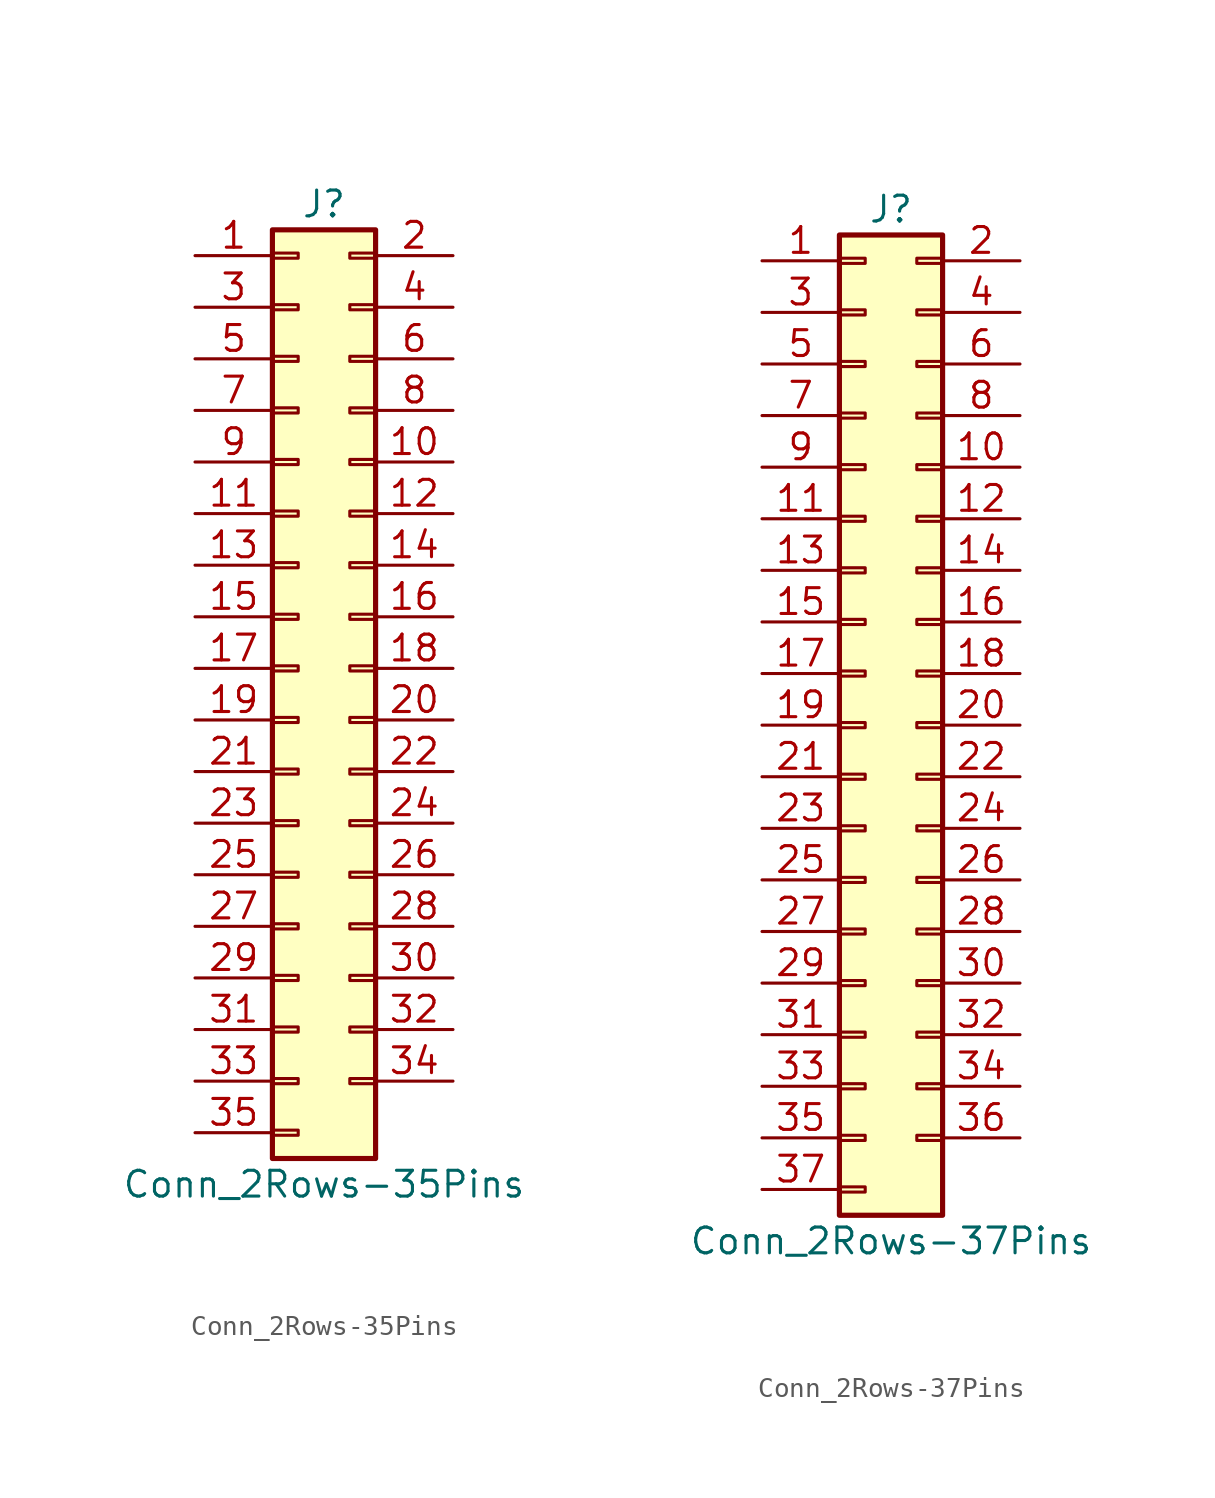
<source format=kicad_sym>
(kicad_symbol_lib
  (version 20201005)
  (generator kicad_symbol_editor)
  (symbol "Conn_2Rows-35Pins"
    (pin_names
      (offset 1.016) hide)
    (property "Reference" "J"
      (at 1.27 22.86 0)
      (effects (font (size 1.27 1.27))))
    (property "Value" "Conn_2Rows-35Pins"
      (at 1.27 -25.4 0)
      (effects (font (size 1.27 1.27))))
    (symbol "Conn_2Rows-35Pins_1_1"
      (rectangle (start -1.27 -22.733) (end 0 -22.987) (stroke (width 0.152)) (fill (type none)))
      (rectangle (start -1.27 -20.193) (end 0 -20.447) (stroke (width 0.152)) (fill (type none)))
      (rectangle (start -1.27 -17.653) (end 0 -17.907) (stroke (width 0.152)) (fill (type none)))
      (rectangle (start -1.27 -15.113) (end 0 -15.367) (stroke (width 0.152)) (fill (type none)))
      (rectangle (start -1.27 -12.573) (end 0 -12.827) (stroke (width 0.152)) (fill (type none)))
      (rectangle (start -1.27 -10.033) (end 0 -10.287) (stroke (width 0.152)) (fill (type none)))
      (rectangle (start -1.27 -7.493) (end 0 -7.747) (stroke (width 0.152)) (fill (type none)))
      (rectangle (start -1.27 -4.953) (end 0 -5.207) (stroke (width 0.152)) (fill (type none)))
      (rectangle (start -1.27 -2.413) (end 0 -2.667) (stroke (width 0.152)) (fill (type none)))
      (rectangle (start -1.27 0.127) (end 0 -0.127) (stroke (width 0.152)) (fill (type none)))
      (rectangle (start -1.27 2.667) (end 0 2.413) (stroke (width 0.152)) (fill (type none)))
      (rectangle (start -1.27 5.207) (end 0 4.953) (stroke (width 0.152)) (fill (type none)))
      (rectangle (start -1.27 7.747) (end 0 7.493) (stroke (width 0.152)) (fill (type none)))
      (rectangle (start -1.27 10.287) (end 0 10.033) (stroke (width 0.152)) (fill (type none)))
      (rectangle (start -1.27 12.827) (end 0 12.573) (stroke (width 0.152)) (fill (type none)))
      (rectangle (start -1.27 15.367) (end 0 15.113) (stroke (width 0.152)) (fill (type none)))
      (rectangle (start -1.27 17.907) (end 0 17.653) (stroke (width 0.152)) (fill (type none)))
      (rectangle (start -1.27 20.447) (end 0 20.193) (stroke (width 0.152)) (fill (type none)))
      (rectangle (start 3.81 -20.193) (end 2.54 -20.447) (stroke (width 0.152)) (fill (type none)))
      (rectangle (start 3.81 -17.653) (end 2.54 -17.907) (stroke (width 0.152)) (fill (type none)))
      (rectangle (start 3.81 -15.113) (end 2.54 -15.367) (stroke (width 0.152)) (fill (type none)))
      (rectangle (start 3.81 -12.573) (end 2.54 -12.827) (stroke (width 0.152)) (fill (type none)))
      (rectangle (start 3.81 -10.033) (end 2.54 -10.287) (stroke (width 0.152)) (fill (type none)))
      (rectangle (start 3.81 -7.493) (end 2.54 -7.747) (stroke (width 0.152)) (fill (type none)))
      (rectangle (start 3.81 -4.953) (end 2.54 -5.207) (stroke (width 0.152)) (fill (type none)))
      (rectangle (start 3.81 -2.413) (end 2.54 -2.667) (stroke (width 0.152)) (fill (type none)))
      (rectangle (start 3.81 0.127) (end 2.54 -0.127) (stroke (width 0.152)) (fill (type none)))
      (rectangle (start 3.81 2.667) (end 2.54 2.413) (stroke (width 0.152)) (fill (type none)))
      (rectangle (start 3.81 5.207) (end 2.54 4.953) (stroke (width 0.152)) (fill (type none)))
      (rectangle (start 3.81 7.747) (end 2.54 7.493) (stroke (width 0.152)) (fill (type none)))
      (rectangle (start 3.81 10.287) (end 2.54 10.033) (stroke (width 0.152)) (fill (type none)))
      (rectangle (start 3.81 12.827) (end 2.54 12.573) (stroke (width 0.152)) (fill (type none)))
      (rectangle (start 3.81 15.367) (end 2.54 15.113) (stroke (width 0.152)) (fill (type none)))
      (rectangle (start 3.81 17.907) (end 2.54 17.653) (stroke (width 0.152)) (fill (type none)))
      (rectangle (start 3.81 20.447) (end 2.54 20.193) (stroke (width 0.152)) (fill (type none)))
      (rectangle (start -1.27 21.59) (end 3.81 -24.13) (stroke (width 0.254)) (fill (type background)))
      (pin passive line (at -5.08 20.32 0) (length 3.81) (name "Pin_1" (effects (font (size 1.27 1.27)))) (number "1" (effects (font (size 1.27 1.27)))))
      (pin passive line (at 7.62 10.16 180) (length 3.81) (name "Pin_10" (effects (font (size 1.27 1.27)))) (number "10" (effects (font (size 1.27 1.27)))))
      (pin passive line (at -5.08 7.62 0) (length 3.81) (name "Pin_11" (effects (font (size 1.27 1.27)))) (number "11" (effects (font (size 1.27 1.27)))))
      (pin passive line (at 7.62 7.62 180) (length 3.81) (name "Pin_12" (effects (font (size 1.27 1.27)))) (number "12" (effects (font (size 1.27 1.27)))))
      (pin passive line (at -5.08 5.08 0) (length 3.81) (name "Pin_13" (effects (font (size 1.27 1.27)))) (number "13" (effects (font (size 1.27 1.27)))))
      (pin passive line (at 7.62 5.08 180) (length 3.81) (name "Pin_14" (effects (font (size 1.27 1.27)))) (number "14" (effects (font (size 1.27 1.27)))))
      (pin passive line (at -5.08 2.54 0) (length 3.81) (name "Pin_15" (effects (font (size 1.27 1.27)))) (number "15" (effects (font (size 1.27 1.27)))))
      (pin passive line (at 7.62 2.54 180) (length 3.81) (name "Pin_16" (effects (font (size 1.27 1.27)))) (number "16" (effects (font (size 1.27 1.27)))))
      (pin passive line (at -5.08 0 0) (length 3.81) (name "Pin_17" (effects (font (size 1.27 1.27)))) (number "17" (effects (font (size 1.27 1.27)))))
      (pin passive line (at 7.62 0 180) (length 3.81) (name "Pin_18" (effects (font (size 1.27 1.27)))) (number "18" (effects (font (size 1.27 1.27)))))
      (pin passive line (at -5.08 -2.54 0) (length 3.81) (name "Pin_19" (effects (font (size 1.27 1.27)))) (number "19" (effects (font (size 1.27 1.27)))))
      (pin passive line (at 7.62 20.32 180) (length 3.81) (name "Pin_2" (effects (font (size 1.27 1.27)))) (number "2" (effects (font (size 1.27 1.27)))))
      (pin passive line (at 7.62 -2.54 180) (length 3.81) (name "Pin_20" (effects (font (size 1.27 1.27)))) (number "20" (effects (font (size 1.27 1.27)))))
      (pin passive line (at -5.08 -5.08 0) (length 3.81) (name "Pin_21" (effects (font (size 1.27 1.27)))) (number "21" (effects (font (size 1.27 1.27)))))
      (pin passive line (at 7.62 -5.08 180) (length 3.81) (name "Pin_22" (effects (font (size 1.27 1.27)))) (number "22" (effects (font (size 1.27 1.27)))))
      (pin passive line (at -5.08 -7.62 0) (length 3.81) (name "Pin_23" (effects (font (size 1.27 1.27)))) (number "23" (effects (font (size 1.27 1.27)))))
      (pin passive line (at 7.62 -7.62 180) (length 3.81) (name "Pin_24" (effects (font (size 1.27 1.27)))) (number "24" (effects (font (size 1.27 1.27)))))
      (pin passive line (at -5.08 -10.16 0) (length 3.81) (name "Pin_25" (effects (font (size 1.27 1.27)))) (number "25" (effects (font (size 1.27 1.27)))))
      (pin passive line (at 7.62 -10.16 180) (length 3.81) (name "Pin_26" (effects (font (size 1.27 1.27)))) (number "26" (effects (font (size 1.27 1.27)))))
      (pin passive line (at -5.08 -12.7 0) (length 3.81) (name "Pin_27" (effects (font (size 1.27 1.27)))) (number "27" (effects (font (size 1.27 1.27)))))
      (pin passive line (at 7.62 -12.7 180) (length 3.81) (name "Pin_28" (effects (font (size 1.27 1.27)))) (number "28" (effects (font (size 1.27 1.27)))))
      (pin passive line (at -5.08 -15.24 0) (length 3.81) (name "Pin_29" (effects (font (size 1.27 1.27)))) (number "29" (effects (font (size 1.27 1.27)))))
      (pin passive line (at -5.08 17.78 0) (length 3.81) (name "Pin_3" (effects (font (size 1.27 1.27)))) (number "3" (effects (font (size 1.27 1.27)))))
      (pin passive line (at 7.62 -15.24 180) (length 3.81) (name "Pin_30" (effects (font (size 1.27 1.27)))) (number "30" (effects (font (size 1.27 1.27)))))
      (pin passive line (at -5.08 -17.78 0) (length 3.81) (name "Pin_31" (effects (font (size 1.27 1.27)))) (number "31" (effects (font (size 1.27 1.27)))))
      (pin passive line (at 7.62 -17.78 180) (length 3.81) (name "Pin_32" (effects (font (size 1.27 1.27)))) (number "32" (effects (font (size 1.27 1.27)))))
      (pin passive line (at -5.08 -20.32 0) (length 3.81) (name "Pin_33" (effects (font (size 1.27 1.27)))) (number "33" (effects (font (size 1.27 1.27)))))
      (pin passive line (at 7.62 -20.32 180) (length 3.81) (name "Pin_34" (effects (font (size 1.27 1.27)))) (number "34" (effects (font (size 1.27 1.27)))))
      (pin passive line (at -5.08 -22.86 0) (length 3.81) (name "Pin_35" (effects (font (size 1.27 1.27)))) (number "35" (effects (font (size 1.27 1.27)))))
      (pin passive line (at 7.62 17.78 180) (length 3.81) (name "Pin_4" (effects (font (size 1.27 1.27)))) (number "4" (effects (font (size 1.27 1.27)))))
      (pin passive line (at -5.08 15.24 0) (length 3.81) (name "Pin_5" (effects (font (size 1.27 1.27)))) (number "5" (effects (font (size 1.27 1.27)))))
      (pin passive line (at 7.62 15.24 180) (length 3.81) (name "Pin_6" (effects (font (size 1.27 1.27)))) (number "6" (effects (font (size 1.27 1.27)))))
      (pin passive line (at -5.08 12.7 0) (length 3.81) (name "Pin_7" (effects (font (size 1.27 1.27)))) (number "7" (effects (font (size 1.27 1.27)))))
      (pin passive line (at 7.62 12.7 180) (length 3.81) (name "Pin_8" (effects (font (size 1.27 1.27)))) (number "8" (effects (font (size 1.27 1.27)))))
      (pin passive line (at -5.08 10.16 0) (length 3.81) (name "Pin_9" (effects (font (size 1.27 1.27)))) (number "9" (effects (font (size 1.27 1.27)))))))
  (symbol "Conn_2Rows-37Pins"
    (pin_names
      (offset 1.016) hide)
    (property "Reference" "J"
      (at 1.27 25.4 0)
      (effects (font (size 1.27 1.27))))
    (property "Value" "Conn_2Rows-37Pins"
      (at 1.27 -25.4 0)
      (effects (font (size 1.27 1.27))))
    (symbol "Conn_2Rows-37Pins_1_1"
      (rectangle (start -1.27 -22.733) (end 0 -22.987) (stroke (width 0.152)) (fill (type none)))
      (rectangle (start -1.27 -20.193) (end 0 -20.447) (stroke (width 0.152)) (fill (type none)))
      (rectangle (start -1.27 -17.653) (end 0 -17.907) (stroke (width 0.152)) (fill (type none)))
      (rectangle (start -1.27 -15.113) (end 0 -15.367) (stroke (width 0.152)) (fill (type none)))
      (rectangle (start -1.27 -12.573) (end 0 -12.827) (stroke (width 0.152)) (fill (type none)))
      (rectangle (start -1.27 -10.033) (end 0 -10.287) (stroke (width 0.152)) (fill (type none)))
      (rectangle (start -1.27 -7.493) (end 0 -7.747) (stroke (width 0.152)) (fill (type none)))
      (rectangle (start -1.27 -4.953) (end 0 -5.207) (stroke (width 0.152)) (fill (type none)))
      (rectangle (start -1.27 -2.413) (end 0 -2.667) (stroke (width 0.152)) (fill (type none)))
      (rectangle (start -1.27 0.127) (end 0 -0.127) (stroke (width 0.152)) (fill (type none)))
      (rectangle (start -1.27 2.667) (end 0 2.413) (stroke (width 0.152)) (fill (type none)))
      (rectangle (start -1.27 5.207) (end 0 4.953) (stroke (width 0.152)) (fill (type none)))
      (rectangle (start -1.27 7.747) (end 0 7.493) (stroke (width 0.152)) (fill (type none)))
      (rectangle (start -1.27 10.287) (end 0 10.033) (stroke (width 0.152)) (fill (type none)))
      (rectangle (start -1.27 12.827) (end 0 12.573) (stroke (width 0.152)) (fill (type none)))
      (rectangle (start -1.27 15.367) (end 0 15.113) (stroke (width 0.152)) (fill (type none)))
      (rectangle (start -1.27 17.907) (end 0 17.653) (stroke (width 0.152)) (fill (type none)))
      (rectangle (start -1.27 20.447) (end 0 20.193) (stroke (width 0.152)) (fill (type none)))
      (rectangle (start -1.27 22.987) (end 0 22.733) (stroke (width 0.152)) (fill (type none)))
      (rectangle (start 3.81 -20.193) (end 2.54 -20.447) (stroke (width 0.152)) (fill (type none)))
      (rectangle (start 3.81 -17.653) (end 2.54 -17.907) (stroke (width 0.152)) (fill (type none)))
      (rectangle (start 3.81 -15.113) (end 2.54 -15.367) (stroke (width 0.152)) (fill (type none)))
      (rectangle (start 3.81 -12.573) (end 2.54 -12.827) (stroke (width 0.152)) (fill (type none)))
      (rectangle (start 3.81 -10.033) (end 2.54 -10.287) (stroke (width 0.152)) (fill (type none)))
      (rectangle (start 3.81 -7.493) (end 2.54 -7.747) (stroke (width 0.152)) (fill (type none)))
      (rectangle (start 3.81 -4.953) (end 2.54 -5.207) (stroke (width 0.152)) (fill (type none)))
      (rectangle (start 3.81 -2.413) (end 2.54 -2.667) (stroke (width 0.152)) (fill (type none)))
      (rectangle (start 3.81 0.127) (end 2.54 -0.127) (stroke (width 0.152)) (fill (type none)))
      (rectangle (start 3.81 2.667) (end 2.54 2.413) (stroke (width 0.152)) (fill (type none)))
      (rectangle (start 3.81 5.207) (end 2.54 4.953) (stroke (width 0.152)) (fill (type none)))
      (rectangle (start 3.81 7.747) (end 2.54 7.493) (stroke (width 0.152)) (fill (type none)))
      (rectangle (start 3.81 10.287) (end 2.54 10.033) (stroke (width 0.152)) (fill (type none)))
      (rectangle (start 3.81 12.827) (end 2.54 12.573) (stroke (width 0.152)) (fill (type none)))
      (rectangle (start 3.81 15.367) (end 2.54 15.113) (stroke (width 0.152)) (fill (type none)))
      (rectangle (start 3.81 17.907) (end 2.54 17.653) (stroke (width 0.152)) (fill (type none)))
      (rectangle (start 3.81 20.447) (end 2.54 20.193) (stroke (width 0.152)) (fill (type none)))
      (rectangle (start 3.81 22.987) (end 2.54 22.733) (stroke (width 0.152)) (fill (type none)))
      (rectangle (start -1.27 24.13) (end 3.81 -24.13) (stroke (width 0.254)) (fill (type background)))
      (pin passive line (at -5.08 22.86 0) (length 3.81) (name "Pin_1" (effects (font (size 1.27 1.27)))) (number "1" (effects (font (size 1.27 1.27)))))
      (pin passive line (at 7.62 12.7 180) (length 3.81) (name "Pin_10" (effects (font (size 1.27 1.27)))) (number "10" (effects (font (size 1.27 1.27)))))
      (pin passive line (at -5.08 10.16 0) (length 3.81) (name "Pin_11" (effects (font (size 1.27 1.27)))) (number "11" (effects (font (size 1.27 1.27)))))
      (pin passive line (at 7.62 10.16 180) (length 3.81) (name "Pin_12" (effects (font (size 1.27 1.27)))) (number "12" (effects (font (size 1.27 1.27)))))
      (pin passive line (at -5.08 7.62 0) (length 3.81) (name "Pin_13" (effects (font (size 1.27 1.27)))) (number "13" (effects (font (size 1.27 1.27)))))
      (pin passive line (at 7.62 7.62 180) (length 3.81) (name "Pin_14" (effects (font (size 1.27 1.27)))) (number "14" (effects (font (size 1.27 1.27)))))
      (pin passive line (at -5.08 5.08 0) (length 3.81) (name "Pin_15" (effects (font (size 1.27 1.27)))) (number "15" (effects (font (size 1.27 1.27)))))
      (pin passive line (at 7.62 5.08 180) (length 3.81) (name "Pin_16" (effects (font (size 1.27 1.27)))) (number "16" (effects (font (size 1.27 1.27)))))
      (pin passive line (at -5.08 2.54 0) (length 3.81) (name "Pin_17" (effects (font (size 1.27 1.27)))) (number "17" (effects (font (size 1.27 1.27)))))
      (pin passive line (at 7.62 2.54 180) (length 3.81) (name "Pin_18" (effects (font (size 1.27 1.27)))) (number "18" (effects (font (size 1.27 1.27)))))
      (pin passive line (at -5.08 0 0) (length 3.81) (name "Pin_19" (effects (font (size 1.27 1.27)))) (number "19" (effects (font (size 1.27 1.27)))))
      (pin passive line (at 7.62 22.86 180) (length 3.81) (name "Pin_2" (effects (font (size 1.27 1.27)))) (number "2" (effects (font (size 1.27 1.27)))))
      (pin passive line (at 7.62 0 180) (length 3.81) (name "Pin_20" (effects (font (size 1.27 1.27)))) (number "20" (effects (font (size 1.27 1.27)))))
      (pin passive line (at -5.08 -2.54 0) (length 3.81) (name "Pin_21" (effects (font (size 1.27 1.27)))) (number "21" (effects (font (size 1.27 1.27)))))
      (pin passive line (at 7.62 -2.54 180) (length 3.81) (name "Pin_22" (effects (font (size 1.27 1.27)))) (number "22" (effects (font (size 1.27 1.27)))))
      (pin passive line (at -5.08 -5.08 0) (length 3.81) (name "Pin_23" (effects (font (size 1.27 1.27)))) (number "23" (effects (font (size 1.27 1.27)))))
      (pin passive line (at 7.62 -5.08 180) (length 3.81) (name "Pin_24" (effects (font (size 1.27 1.27)))) (number "24" (effects (font (size 1.27 1.27)))))
      (pin passive line (at -5.08 -7.62 0) (length 3.81) (name "Pin_25" (effects (font (size 1.27 1.27)))) (number "25" (effects (font (size 1.27 1.27)))))
      (pin passive line (at 7.62 -7.62 180) (length 3.81) (name "Pin_26" (effects (font (size 1.27 1.27)))) (number "26" (effects (font (size 1.27 1.27)))))
      (pin passive line (at -5.08 -10.16 0) (length 3.81) (name "Pin_27" (effects (font (size 1.27 1.27)))) (number "27" (effects (font (size 1.27 1.27)))))
      (pin passive line (at 7.62 -10.16 180) (length 3.81) (name "Pin_28" (effects (font (size 1.27 1.27)))) (number "28" (effects (font (size 1.27 1.27)))))
      (pin passive line (at -5.08 -12.7 0) (length 3.81) (name "Pin_29" (effects (font (size 1.27 1.27)))) (number "29" (effects (font (size 1.27 1.27)))))
      (pin passive line (at -5.08 20.32 0) (length 3.81) (name "Pin_3" (effects (font (size 1.27 1.27)))) (number "3" (effects (font (size 1.27 1.27)))))
      (pin passive line (at 7.62 -12.7 180) (length 3.81) (name "Pin_30" (effects (font (size 1.27 1.27)))) (number "30" (effects (font (size 1.27 1.27)))))
      (pin passive line (at -5.08 -15.24 0) (length 3.81) (name "Pin_31" (effects (font (size 1.27 1.27)))) (number "31" (effects (font (size 1.27 1.27)))))
      (pin passive line (at 7.62 -15.24 180) (length 3.81) (name "Pin_32" (effects (font (size 1.27 1.27)))) (number "32" (effects (font (size 1.27 1.27)))))
      (pin passive line (at -5.08 -17.78 0) (length 3.81) (name "Pin_33" (effects (font (size 1.27 1.27)))) (number "33" (effects (font (size 1.27 1.27)))))
      (pin passive line (at 7.62 -17.78 180) (length 3.81) (name "Pin_34" (effects (font (size 1.27 1.27)))) (number "34" (effects (font (size 1.27 1.27)))))
      (pin passive line (at -5.08 -20.32 0) (length 3.81) (name "Pin_35" (effects (font (size 1.27 1.27)))) (number "35" (effects (font (size 1.27 1.27)))))
      (pin passive line (at 7.62 -20.32 180) (length 3.81) (name "Pin_36" (effects (font (size 1.27 1.27)))) (number "36" (effects (font (size 1.27 1.27)))))
      (pin passive line (at -5.08 -22.86 0) (length 3.81) (name "Pin_37" (effects (font (size 1.27 1.27)))) (number "37" (effects (font (size 1.27 1.27)))))
      (pin passive line (at 7.62 20.32 180) (length 3.81) (name "Pin_4" (effects (font (size 1.27 1.27)))) (number "4" (effects (font (size 1.27 1.27)))))
      (pin passive line (at -5.08 17.78 0) (length 3.81) (name "Pin_5" (effects (font (size 1.27 1.27)))) (number "5" (effects (font (size 1.27 1.27)))))
      (pin passive line (at 7.62 17.78 180) (length 3.81) (name "Pin_6" (effects (font (size 1.27 1.27)))) (number "6" (effects (font (size 1.27 1.27)))))
      (pin passive line (at -5.08 15.24 0) (length 3.81) (name "Pin_7" (effects (font (size 1.27 1.27)))) (number "7" (effects (font (size 1.27 1.27)))))
      (pin passive line (at 7.62 15.24 180) (length 3.81) (name "Pin_8" (effects (font (size 1.27 1.27)))) (number "8" (effects (font (size 1.27 1.27)))))
      (pin passive line (at -5.08 12.7 0) (length 3.81) (name "Pin_9" (effects (font (size 1.27 1.27)))) (number "9" (effects (font (size 1.27 1.27))))))))
</source>
